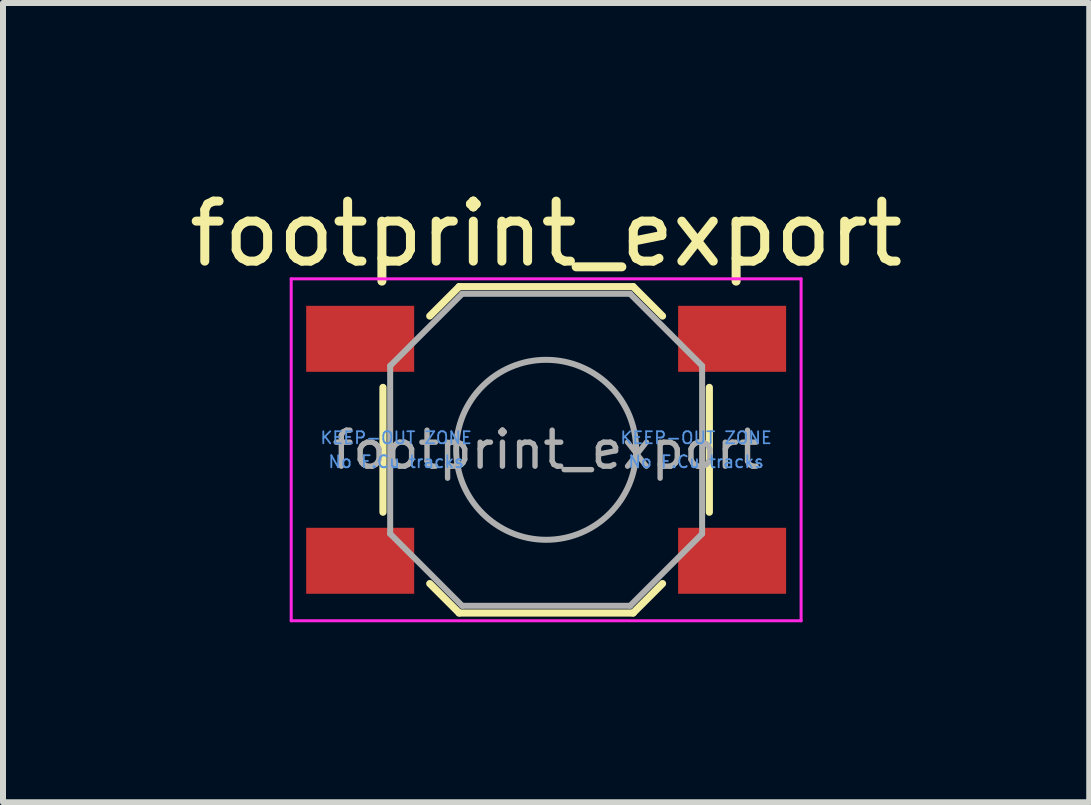
<source format=kicad_pcb>
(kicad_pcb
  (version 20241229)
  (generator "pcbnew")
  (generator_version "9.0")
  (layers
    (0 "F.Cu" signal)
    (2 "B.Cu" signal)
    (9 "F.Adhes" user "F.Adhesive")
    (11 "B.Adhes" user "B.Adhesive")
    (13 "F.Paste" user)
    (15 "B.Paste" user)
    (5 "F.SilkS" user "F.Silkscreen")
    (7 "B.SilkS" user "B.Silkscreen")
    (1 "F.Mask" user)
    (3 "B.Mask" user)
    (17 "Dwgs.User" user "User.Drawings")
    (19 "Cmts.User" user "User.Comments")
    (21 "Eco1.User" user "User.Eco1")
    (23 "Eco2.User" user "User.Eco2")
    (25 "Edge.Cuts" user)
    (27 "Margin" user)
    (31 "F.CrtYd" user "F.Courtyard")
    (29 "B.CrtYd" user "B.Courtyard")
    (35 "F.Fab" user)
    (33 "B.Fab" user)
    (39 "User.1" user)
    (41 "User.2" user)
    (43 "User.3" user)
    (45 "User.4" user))
  (footprint "footprint_export"
    (layer "F.Cu")
    (at 6.054 4.448)
    (property "Reference" "footprint_export" (at 0 -3.6 0) (layer "F.SilkS") (effects (font (size 1 1) (thickness 0.15))))
    (attr smd)
    (fp_line (start -2.72 1.04) (end -2.72 -1.04) (stroke (width 0.12) (type solid)) (layer "F.SilkS"))
    (fp_line (start -1.45 -2.72) (end -1.94 -2.23) (stroke (width 0.12) (type solid)) (layer "F.SilkS"))
    (fp_line (start -1.45 -2.72) (end 1.45 -2.72) (stroke (width 0.12) (type solid)) (layer "F.SilkS"))
    (fp_line (start -1.45 2.72) (end -1.94 2.23) (stroke (width 0.12) (type solid)) (layer "F.SilkS"))
    (fp_line (start -1.45 2.72) (end 1.45 2.72) (stroke (width 0.12) (type solid)) (layer "F.SilkS"))
    (fp_line (start 1.45 -2.72) (end 1.94 -2.23) (stroke (width 0.12) (type solid)) (layer "F.SilkS"))
    (fp_line (start 1.45 2.72) (end 1.94 2.23) (stroke (width 0.12) (type solid)) (layer "F.SilkS"))
    (fp_line (start 2.72 1.04) (end 2.72 -1.04) (stroke (width 0.12) (type solid)) (layer "F.SilkS"))
    (fp_line (start -4.25 -2.85) (end -4.25 2.85) (stroke (width 0.05) (type solid)) (layer "F.CrtYd"))
    (fp_line (start -4.25 2.85) (end 4.25 2.85) (stroke (width 0.05) (type solid)) (layer "F.CrtYd"))
    (fp_line (start 4.25 -2.85) (end -4.25 -2.85) (stroke (width 0.05) (type solid)) (layer "F.CrtYd"))
    (fp_line (start 4.25 2.85) (end 4.25 -2.85) (stroke (width 0.05) (type solid)) (layer "F.CrtYd"))
    (fp_line (start -2.6 -1.4) (end -1.4 -2.6) (stroke (width 0.1) (type solid)) (layer "F.Fab"))
    (fp_line (start -2.6 1.4) (end -2.6 -1.4) (stroke (width 0.1) (type solid)) (layer "F.Fab"))
    (fp_line (start -1.4 -2.6) (end 1.4 -2.6) (stroke (width 0.1) (type solid)) (layer "F.Fab"))
    (fp_line (start -1.4 2.6) (end -2.6 1.4) (stroke (width 0.1) (type solid)) (layer "F.Fab"))
    (fp_line (start 1.4 -2.6) (end 2.6 -1.4) (stroke (width 0.1) (type solid)) (layer "F.Fab"))
    (fp_line (start 1.4 2.6) (end -1.4 2.6) (stroke (width 0.1) (type solid)) (layer "F.Fab"))
    (fp_line (start 2.6 -1.4) (end 2.6 1.4) (stroke (width 0.1) (type solid)) (layer "F.Fab"))
    (fp_line (start 2.6 1.4) (end 1.4 2.6) (stroke (width 0.1) (type solid)) (layer "F.Fab"))
    (fp_circle (center 0 0) (end 1.5 0) (stroke (width 0.1) (type solid)) (fill no) (layer "F.Fab"))
    (fp_text user "No F.Cu tracks" (at -2.5 0.2 0) (layer "Cmts.User") (effects (font (size 0.2 0.2) (thickness 0.03))))
    (fp_text user "No F.Cu tracks" (at 2.5 0.2 0) (layer "Cmts.User") (effects (font (size 0.2 0.2) (thickness 0.03))))
    (fp_text user "KEEP-OUT ZONE" (at -2.5 -0.2 0) (layer "Cmts.User") (effects (font (size 0.2 0.2) (thickness 0.03))))
    (fp_text user "KEEP-OUT ZONE" (at 2.5 -0.2 0) (layer "Cmts.User") (effects (font (size 0.2 0.2) (thickness 0.03))))
    (fp_text user "${REFERENCE}" (at 0 0 0) (layer "F.Fab") (effects (font (size 0.6 0.6) (thickness 0.09))))
    (pad "1" smd rect (at -3.1 -1.85) (size 1.8 1.1) (layers "F.Cu" "F.Mask" "F.Paste"))
    (pad "1" smd rect (at 3.1 -1.85) (size 1.8 1.1) (layers "F.Cu" "F.Mask" "F.Paste"))
    (pad "2" smd rect (at -3.1 1.85) (size 1.8 1.1) (layers "F.Cu" "F.Mask" "F.Paste"))
    (pad "2" smd rect (at 3.1 1.85) (size 1.8 1.1) (layers "F.Cu" "F.Mask" "F.Paste"))
    (zone (net_name "") (layer "F.Cu") (hatch full 0.508) (connect_pads) (min_thickness 0.254) (filled_areas_thickness no) (keepout (tracks not_allowed) (vias not_allowed) (pads not_allowed) (copperpour not_allowed) (footprints not_allowed)) (placement (enabled no)) (fill) (polygon (pts (xy 2.054 3.148) (xy 5.054 3.148) (xy 5.054 5.748) (xy 2.054 5.748))))
    (zone (net_name "") (layer "F.Cu") (hatch full 0.508) (connect_pads) (min_thickness 0.254) (filled_areas_thickness no) (keepout (tracks not_allowed) (vias not_allowed) (pads not_allowed) (copperpour not_allowed) (footprints not_allowed)) (placement (enabled no)) (fill) (polygon (pts (xy 7.054 3.148) (xy 10.054 3.148) (xy 10.054 5.748) (xy 7.054 5.748)))))
  (gr_rect
    (start -3 -3)
    (end 15.107 10.323)
    (stroke (width 0.1) (type default))
    (fill no)
    (layer "Edge.Cuts")))
</source>
